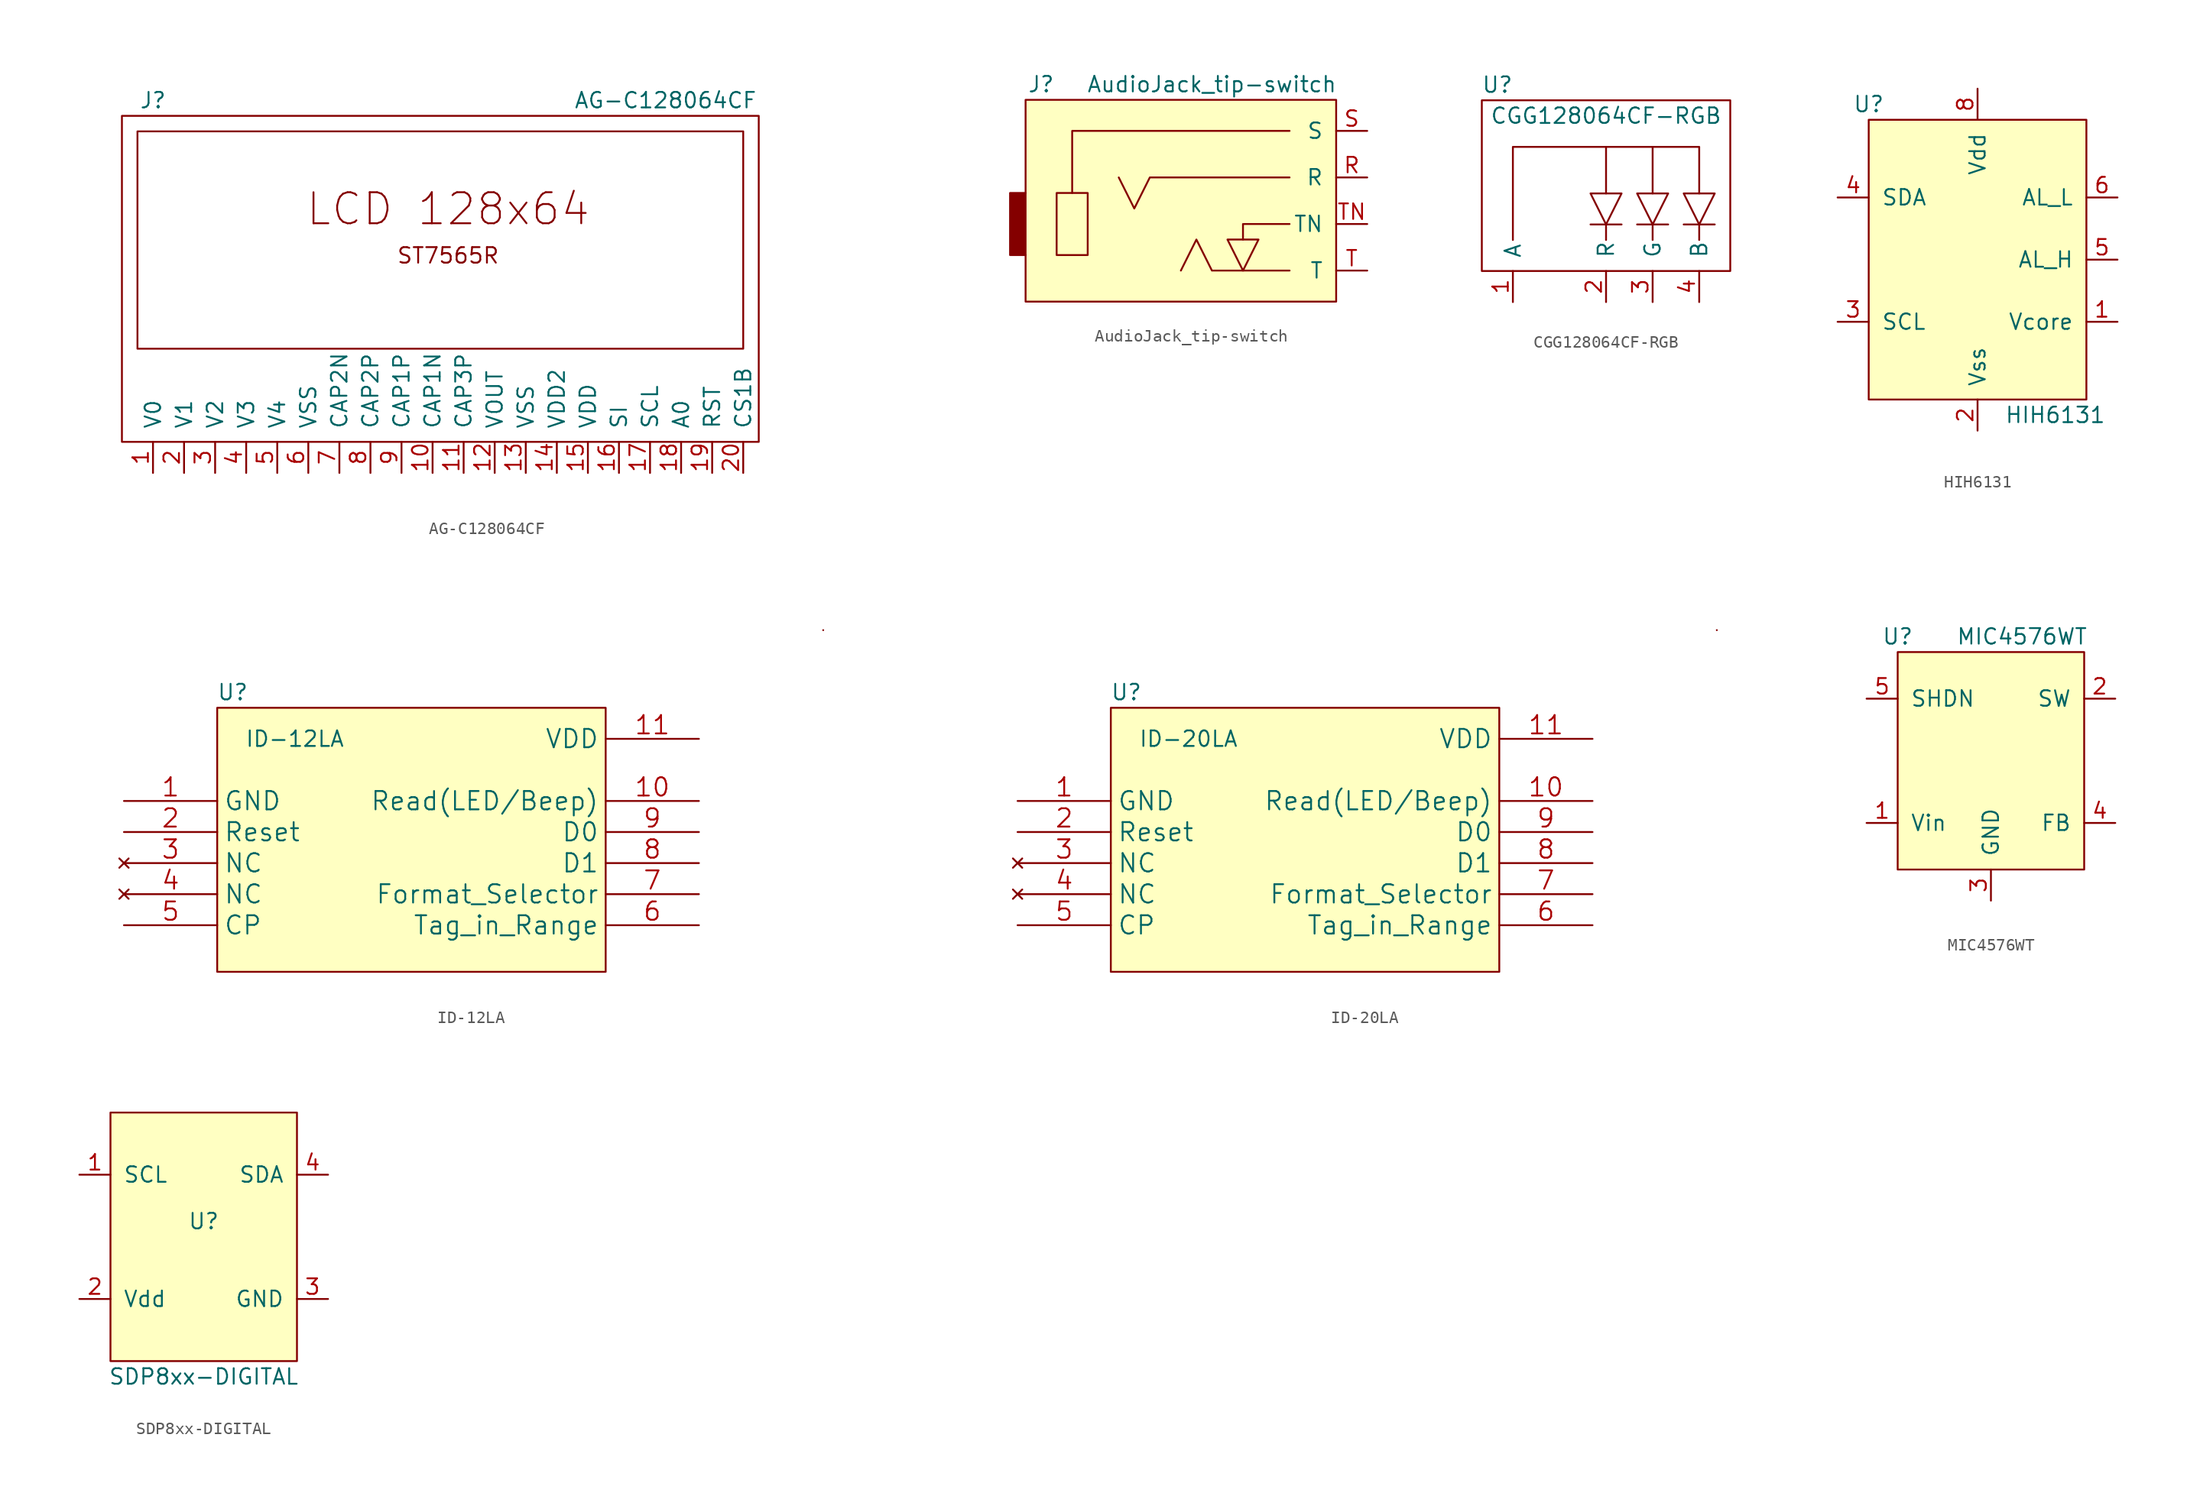
<source format=kicad_sym>
(kicad_symbol_lib
  (version 20211014)
  (generator kicad_symbol_editor)
  (symbol "AG-C128064CF"
    (pin_names
      (offset 1.016))
    (property "Reference" "J"
      (at -24.13 19.05 0)
      (effects (font (size 1.27 1.27))))
    (property "Value" "AG-C128064CF"
      (at 17.78 19.05 0)
      (effects (font (size 1.27 1.27))))
    (symbol "AG-C128064CF_0_0"
      (rectangle (start -25.4 16.51) (end 24.13 -1.27) (stroke (width 0) (type default) (color 0 0 0 0)) (fill (type none)))
      (rectangle (start 25.4 -8.89) (end -26.67 17.78) (stroke (width 0) (type default) (color 0 0 0 0)) (fill (type none)))
      (text "LCD 128x64" (at 0 10.16 0) (effects (font (size 2.54 2.54))))
      (text "ST7565R" (at 0 6.35 0) (effects (font (size 1.27 1.27)))))
    (symbol "AG-C128064CF_1_1"
      (pin passive line (at -24.13 -11.43 90) (length 2.54) (name "V0" (effects (font (size 1.27 1.27)))) (number "1" (effects (font (size 1.27 1.27)))))
      (pin passive line (at -1.27 -11.43 90) (length 2.54) (name "CAP1N" (effects (font (size 1.27 1.27)))) (number "10" (effects (font (size 1.27 1.27)))))
      (pin passive line (at 1.27 -11.43 90) (length 2.54) (name "CAP3P" (effects (font (size 1.27 1.27)))) (number "11" (effects (font (size 1.27 1.27)))))
      (pin passive line (at 3.81 -11.43 90) (length 2.54) (name "VOUT" (effects (font (size 1.27 1.27)))) (number "12" (effects (font (size 1.27 1.27)))))
      (pin power_in line (at 6.35 -11.43 90) (length 2.54) (name "VSS" (effects (font (size 1.27 1.27)))) (number "13" (effects (font (size 1.27 1.27)))))
      (pin power_in line (at 8.89 -11.43 90) (length 2.54) (name "VDD2" (effects (font (size 1.27 1.27)))) (number "14" (effects (font (size 1.27 1.27)))))
      (pin power_in line (at 11.43 -11.43 90) (length 2.54) (name "VDD" (effects (font (size 1.27 1.27)))) (number "15" (effects (font (size 1.27 1.27)))))
      (pin input line (at 13.97 -11.43 90) (length 2.54) (name "SI" (effects (font (size 1.27 1.27)))) (number "16" (effects (font (size 1.27 1.27)))))
      (pin input line (at 16.51 -11.43 90) (length 2.54) (name "SCL" (effects (font (size 1.27 1.27)))) (number "17" (effects (font (size 1.27 1.27)))))
      (pin input line (at 19.05 -11.43 90) (length 2.54) (name "A0" (effects (font (size 1.27 1.27)))) (number "18" (effects (font (size 1.27 1.27)))))
      (pin input line (at 21.59 -11.43 90) (length 2.54) (name "RST" (effects (font (size 1.27 1.27)))) (number "19" (effects (font (size 1.27 1.27)))))
      (pin passive line (at -21.59 -11.43 90) (length 2.54) (name "V1" (effects (font (size 1.27 1.27)))) (number "2" (effects (font (size 1.27 1.27)))))
      (pin input line (at 24.13 -11.43 90) (length 2.54) (name "CS1B" (effects (font (size 1.27 1.27)))) (number "20" (effects (font (size 1.27 1.27)))))
      (pin no_connect line (at 33.02 2.54 180) (length 2.54) hide (name "NC" (effects (font (size 1.27 1.27)))) (number "21" (effects (font (size 1.27 1.27)))))
      (pin no_connect line (at 33.02 5.08 180) (length 2.54) hide (name "NC" (effects (font (size 1.27 1.27)))) (number "22" (effects (font (size 1.27 1.27)))))
      (pin no_connect line (at 33.02 7.62 180) (length 2.54) hide (name "NC" (effects (font (size 1.27 1.27)))) (number "23" (effects (font (size 1.27 1.27)))))
      (pin no_connect line (at 33.02 10.16 180) (length 2.54) hide (name "NC" (effects (font (size 1.27 1.27)))) (number "24" (effects (font (size 1.27 1.27)))))
      (pin no_connect line (at 33.02 12.7 180) (length 2.54) hide (name "NC" (effects (font (size 1.27 1.27)))) (number "25" (effects (font (size 1.27 1.27)))))
      (pin no_connect line (at 33.02 15.24 180) (length 2.54) hide (name "NC" (effects (font (size 1.27 1.27)))) (number "26" (effects (font (size 1.27 1.27)))))
      (pin passive line (at -19.05 -11.43 90) (length 2.54) (name "V2" (effects (font (size 1.27 1.27)))) (number "3" (effects (font (size 1.27 1.27)))))
      (pin passive line (at -16.51 -11.43 90) (length 2.54) (name "V3" (effects (font (size 1.27 1.27)))) (number "4" (effects (font (size 1.27 1.27)))))
      (pin passive line (at -13.97 -11.43 90) (length 2.54) (name "V4" (effects (font (size 1.27 1.27)))) (number "5" (effects (font (size 1.27 1.27)))))
      (pin power_in line (at -11.43 -11.43 90) (length 2.54) (name "VSS" (effects (font (size 1.27 1.27)))) (number "6" (effects (font (size 1.27 1.27)))))
      (pin passive line (at -8.89 -11.43 90) (length 2.54) (name "CAP2N" (effects (font (size 1.27 1.27)))) (number "7" (effects (font (size 1.27 1.27)))))
      (pin passive line (at -6.35 -11.43 90) (length 2.54) (name "CAP2P" (effects (font (size 1.27 1.27)))) (number "8" (effects (font (size 1.27 1.27)))))
      (pin passive line (at -3.81 -11.43 90) (length 2.54) (name "CAP1P" (effects (font (size 1.27 1.27)))) (number "9" (effects (font (size 1.27 1.27)))))))
  (symbol "AudioJack_tip-switch"
    (pin_names
      (offset 1.016))
    (property "Reference" "J"
      (at 1.27 22.86 0)
      (effects (font (size 1.27 1.27))))
    (property "Value" "AudioJack_tip-switch"
      (at 15.24 22.86 0)
      (effects (font (size 1.27 1.27))))
    (symbol "AudioJack_tip-switch_0_1"
      (polyline (pts (xy 21.59 11.43) (xy 17.78 11.43) (xy 17.78 10.16)) (stroke (width 0) (type default) (color 0 0 0 0)) (fill (type none)))
      (polyline (pts (xy 21.59 19.05) (xy 3.81 19.05) (xy 3.81 13.97)) (stroke (width 0) (type default) (color 0 0 0 0)) (fill (type none)))
      (polyline (pts (xy 0 13.97) (xy -1.27 13.97) (xy -1.27 8.89) (xy 0 8.89)) (stroke (width 0) (type default) (color 0 0 0 0)) (fill (type outline)))
      (polyline (pts (xy 16.51 10.16) (xy 19.05 10.16) (xy 17.78 7.62) (xy 16.51 10.16)) (stroke (width 0) (type default) (color 0 0 0 0)) (fill (type none)))
      (polyline (pts (xy 21.59 7.62) (xy 15.24 7.62) (xy 13.97 10.16) (xy 12.7 7.62)) (stroke (width 0) (type default) (color 0 0 0 0)) (fill (type none)))
      (polyline (pts (xy 21.59 15.24) (xy 10.16 15.24) (xy 8.89 12.7) (xy 7.62 15.24)) (stroke (width 0) (type default) (color 0 0 0 0)) (fill (type none)))
      (polyline (pts (xy 2.54 8.89) (xy 3.81 8.89) (xy 5.08 8.89) (xy 5.08 13.97) (xy 2.54 13.97) (xy 2.54 8.89)) (stroke (width 0) (type default) (color 0 0 0 0)) (fill (type none)))
      (rectangle (start 0 21.59) (end 25.4 5.08) (stroke (width 0) (type default) (color 0 0 0 0)) (fill (type background))))
    (symbol "AudioJack_tip-switch_1_1"
      (pin input line (at 27.94 15.24 180) (length 2.54) (name "R" (effects (font (size 1.27 1.27)))) (number "R" (effects (font (size 1.27 1.27)))))
      (pin input line (at 27.94 19.05 180) (length 2.54) (name "S" (effects (font (size 1.27 1.27)))) (number "S" (effects (font (size 1.27 1.27)))))
      (pin input line (at 27.94 7.62 180) (length 2.54) (name "T" (effects (font (size 1.27 1.27)))) (number "T" (effects (font (size 1.27 1.27)))))
      (pin input line (at 27.94 11.43 180) (length 2.54) (name "TN" (effects (font (size 1.27 1.27)))) (number "TN" (effects (font (size 1.27 1.27)))))))
  (symbol "CGG128064CF-RGB"
    (pin_names
      (offset 1.016))
    (property "Reference" "U"
      (at -10.16 10.16 0)
      (effects (font (size 1.27 1.27))))
    (property "Value" "CGG128064CF-RGB"
      (at -1.27 7.62 0)
      (effects (font (size 1.27 1.27))))
    (symbol "CGG128064CF-RGB_0_1"
      (polyline (pts (xy -2.54 -1.27) (xy 0 -1.27)) (stroke (width 0) (type default) (color 0 0 0 0)) (fill (type none)))
      (polyline (pts (xy -1.27 -1.27) (xy -1.27 -2.54)) (stroke (width 0) (type default) (color 0 0 0 0)) (fill (type none)))
      (polyline (pts (xy -1.27 1.27) (xy -1.27 5.08)) (stroke (width 0) (type default) (color 0 0 0 0)) (fill (type none)))
      (polyline (pts (xy 1.27 -1.27) (xy 3.81 -1.27)) (stroke (width 0) (type default) (color 0 0 0 0)) (fill (type none)))
      (polyline (pts (xy 2.54 -1.27) (xy 2.54 -2.54)) (stroke (width 0) (type default) (color 0 0 0 0)) (fill (type none)))
      (polyline (pts (xy 2.54 1.27) (xy 2.54 5.08)) (stroke (width 0) (type default) (color 0 0 0 0)) (fill (type none)))
      (polyline (pts (xy 5.08 -1.27) (xy 7.62 -1.27)) (stroke (width 0) (type default) (color 0 0 0 0)) (fill (type none)))
      (polyline (pts (xy 6.35 -1.27) (xy 6.35 -2.54)) (stroke (width 0) (type default) (color 0 0 0 0)) (fill (type none)))
      (polyline (pts (xy -8.89 -2.54) (xy -8.89 5.08) (xy 6.35 5.08) (xy 6.35 1.27)) (stroke (width 0) (type default) (color 0 0 0 0)) (fill (type none)))
      (polyline (pts (xy -2.54 1.27) (xy 0 1.27) (xy -1.27 -1.27) (xy -2.54 1.27)) (stroke (width 0) (type default) (color 0 0 0 0)) (fill (type none)))
      (polyline (pts (xy 1.27 1.27) (xy 3.81 1.27) (xy 2.54 -1.27) (xy 1.27 1.27)) (stroke (width 0) (type default) (color 0 0 0 0)) (fill (type none)))
      (polyline (pts (xy 6.35 -1.27) (xy 5.08 1.27) (xy 7.62 1.27) (xy 6.35 -1.27)) (stroke (width 0) (type default) (color 0 0 0 0)) (fill (type none))))
    (symbol "CGG128064CF-RGB_1_1"
      (rectangle (start 8.89 -5.08) (end -11.43 8.89) (stroke (width 0) (type default) (color 0 0 0 0)) (fill (type none)))
      (pin passive line (at -8.89 -7.62 90) (length 2.54) (name "A" (effects (font (size 1.27 1.27)))) (number "1" (effects (font (size 1.27 1.27)))))
      (pin passive line (at -1.27 -7.62 90) (length 2.54) (name "R" (effects (font (size 1.27 1.27)))) (number "2" (effects (font (size 1.27 1.27)))))
      (pin passive line (at 2.54 -7.62 90) (length 2.54) (name "G" (effects (font (size 1.27 1.27)))) (number "3" (effects (font (size 1.27 1.27)))))
      (pin passive line (at 6.35 -7.62 90) (length 2.54) (name "B" (effects (font (size 1.27 1.27)))) (number "4" (effects (font (size 1.27 1.27)))))))
  (symbol "HIH6131"
    (pin_names
      (offset 1.016))
    (property "Reference" "U"
      (at -8.89 12.7 0)
      (effects (font (size 1.27 1.27))))
    (property "Value" "HIH6131"
      (at 6.35 -12.7 0)
      (effects (font (size 1.27 1.27))))
    (symbol "HIH6131_0_1"
      (rectangle (start -8.89 11.43) (end 8.89 -11.43) (stroke (width 0) (type default) (color 0 0 0 0)) (fill (type background))))
    (symbol "HIH6131_1_1"
      (pin power_in line (at 11.43 -5.08 180) (length 2.54) (name "Vcore" (effects (font (size 1.27 1.27)))) (number "1" (effects (font (size 1.27 1.27)))))
      (pin power_in line (at 0 -13.97 90) (length 2.54) (name "Vss" (effects (font (size 1.27 1.27)))) (number "2" (effects (font (size 1.27 1.27)))))
      (pin bidirectional line (at -11.43 -5.08 0) (length 2.54) (name "SCL" (effects (font (size 1.27 1.27)))) (number "3" (effects (font (size 1.27 1.27)))))
      (pin bidirectional line (at -11.43 5.08 0) (length 2.54) (name "SDA" (effects (font (size 1.27 1.27)))) (number "4" (effects (font (size 1.27 1.27)))))
      (pin output line (at 11.43 0 180) (length 2.54) (name "AL_H" (effects (font (size 1.27 1.27)))) (number "5" (effects (font (size 1.27 1.27)))))
      (pin output line (at 11.43 5.08 180) (length 2.54) (name "AL_L" (effects (font (size 1.27 1.27)))) (number "6" (effects (font (size 1.27 1.27)))))
      (pin power_in line (at 0 13.97 270) (length 2.54) (name "Vdd" (effects (font (size 1.27 1.27)))) (number "8" (effects (font (size 1.27 1.27)))))))
  (symbol "ID-12LA"
    (property "Reference" "U"
      (at 20.32 27.94 0)
      (effects (font (size 1.27 1.27))))
    (property "Value" "ID-12LA"
      (at 25.4 24.13 0)
      (effects (font (size 1.27 1.27))))
    (symbol "ID-12LA_0_1"
      (rectangle (start 19.05 26.67) (end 50.8 5.08) (stroke (width 0) (type default) (color 0 0 0 0)) (fill (type background)))
      (rectangle (start 68.58 33.02) (end 68.58 33.02) (stroke (width 0) (type default) (color 0 0 0 0)) (fill (type none))))
    (symbol "ID-12LA_1_1"
      (pin power_in line (at 11.43 19.05 0) (length 7.62) (name "GND" (effects (font (size 1.499 1.499)))) (number "1" (effects (font (size 1.499 1.499)))))
      (pin output line (at 58.42 19.05 180) (length 7.62) (name "Read(LED/Beep)" (effects (font (size 1.499 1.499)))) (number "10" (effects (font (size 1.499 1.499)))))
      (pin power_in line (at 58.42 24.13 180) (length 7.62) (name "VDD" (effects (font (size 1.499 1.499)))) (number "11" (effects (font (size 1.499 1.499)))))
      (pin input line (at 11.43 16.51 0) (length 7.62) (name "Reset" (effects (font (size 1.499 1.499)))) (number "2" (effects (font (size 1.499 1.499)))))
      (pin no_connect line (at 11.43 13.97 0) (length 7.62) (name "NC" (effects (font (size 1.499 1.499)))) (number "3" (effects (font (size 1.499 1.499)))))
      (pin no_connect line (at 11.43 11.43 0) (length 7.62) (name "NC" (effects (font (size 1.499 1.499)))) (number "4" (effects (font (size 1.499 1.499)))))
      (pin output line (at 11.43 8.89 0) (length 7.62) (name "CP" (effects (font (size 1.499 1.499)))) (number "5" (effects (font (size 1.499 1.499)))))
      (pin output line (at 58.42 8.89 180) (length 7.62) (name "Tag_in_Range" (effects (font (size 1.499 1.499)))) (number "6" (effects (font (size 1.499 1.499)))))
      (pin input line (at 58.42 11.43 180) (length 7.62) (name "Format_Selector" (effects (font (size 1.499 1.499)))) (number "7" (effects (font (size 1.499 1.499)))))
      (pin output line (at 58.42 13.97 180) (length 7.62) (name "D1" (effects (font (size 1.499 1.499)))) (number "8" (effects (font (size 1.499 1.499)))))
      (pin output line (at 58.42 16.51 180) (length 7.62) (name "D0" (effects (font (size 1.499 1.499)))) (number "9" (effects (font (size 1.499 1.499)))))))
  (symbol "ID-20LA"
    (property "Reference" "U"
      (at 20.32 27.94 0)
      (effects (font (size 1.27 1.27))))
    (property "Value" "ID-20LA"
      (at 25.4 24.13 0)
      (effects (font (size 1.27 1.27))))
    (symbol "ID-20LA_0_1"
      (rectangle (start 19.05 26.67) (end 50.8 5.08) (stroke (width 0) (type default) (color 0 0 0 0)) (fill (type background)))
      (rectangle (start 68.58 33.02) (end 68.58 33.02) (stroke (width 0) (type default) (color 0 0 0 0)) (fill (type none))))
    (symbol "ID-20LA_1_1"
      (pin power_in line (at 11.43 19.05 0) (length 7.62) (name "GND" (effects (font (size 1.499 1.499)))) (number "1" (effects (font (size 1.499 1.499)))))
      (pin output line (at 58.42 19.05 180) (length 7.62) (name "Read(LED/Beep)" (effects (font (size 1.499 1.499)))) (number "10" (effects (font (size 1.499 1.499)))))
      (pin power_in line (at 58.42 24.13 180) (length 7.62) (name "VDD" (effects (font (size 1.499 1.499)))) (number "11" (effects (font (size 1.499 1.499)))))
      (pin input line (at 11.43 16.51 0) (length 7.62) (name "Reset" (effects (font (size 1.499 1.499)))) (number "2" (effects (font (size 1.499 1.499)))))
      (pin no_connect line (at 11.43 13.97 0) (length 7.62) (name "NC" (effects (font (size 1.499 1.499)))) (number "3" (effects (font (size 1.499 1.499)))))
      (pin no_connect line (at 11.43 11.43 0) (length 7.62) (name "NC" (effects (font (size 1.499 1.499)))) (number "4" (effects (font (size 1.499 1.499)))))
      (pin output line (at 11.43 8.89 0) (length 7.62) (name "CP" (effects (font (size 1.499 1.499)))) (number "5" (effects (font (size 1.499 1.499)))))
      (pin output line (at 58.42 8.89 180) (length 7.62) (name "Tag_in_Range" (effects (font (size 1.499 1.499)))) (number "6" (effects (font (size 1.499 1.499)))))
      (pin input line (at 58.42 11.43 180) (length 7.62) (name "Format_Selector" (effects (font (size 1.499 1.499)))) (number "7" (effects (font (size 1.499 1.499)))))
      (pin output line (at 58.42 13.97 180) (length 7.62) (name "D1" (effects (font (size 1.499 1.499)))) (number "8" (effects (font (size 1.499 1.499)))))
      (pin output line (at 58.42 16.51 180) (length 7.62) (name "D0" (effects (font (size 1.499 1.499)))) (number "9" (effects (font (size 1.499 1.499)))))))
  (symbol "MIC4576WT"
    (pin_names
      (offset 1.016))
    (property "Reference" "U"
      (at -7.62 10.16 0)
      (effects (font (size 1.27 1.27))))
    (property "Value" "MIC4576WT"
      (at 2.54 10.16 0)
      (effects (font (size 1.27 1.27))))
    (symbol "MIC4576WT_0_1"
      (rectangle (start -7.62 8.89) (end 7.62 -8.89) (stroke (width 0) (type default) (color 0 0 0 0)) (fill (type background))))
    (symbol "MIC4576WT_1_1"
      (pin power_in line (at -10.16 -5.08 0) (length 2.54) (name "Vin" (effects (font (size 1.27 1.27)))) (number "1" (effects (font (size 1.27 1.27)))))
      (pin output line (at 10.16 5.08 180) (length 2.54) (name "SW" (effects (font (size 1.27 1.27)))) (number "2" (effects (font (size 1.27 1.27)))))
      (pin power_in line (at 0 -11.43 90) (length 2.54) (name "GND" (effects (font (size 1.27 1.27)))) (number "3" (effects (font (size 1.27 1.27)))))
      (pin input line (at 10.16 -5.08 180) (length 2.54) (name "FB" (effects (font (size 1.27 1.27)))) (number "4" (effects (font (size 1.27 1.27)))))
      (pin input line (at -10.16 5.08 0) (length 2.54) (name "SHDN" (effects (font (size 1.27 1.27)))) (number "5" (effects (font (size 1.27 1.27)))))))
  (symbol "SDP8xx-DIGITAL"
    (pin_names
      (offset 1.016))
    (property "Reference" "U"
      (at 0 1.27 0)
      (effects (font (size 1.27 1.27))))
    (property "Value" "SDP8xx-DIGITAL"
      (at 0 -11.43 0)
      (effects (font (size 1.27 1.27))))
    (symbol "SDP8xx-DIGITAL_0_1"
      (rectangle (start -7.62 10.16) (end 7.62 -10.16) (stroke (width 0) (type default) (color 0 0 0 0)) (fill (type background))))
    (symbol "SDP8xx-DIGITAL_1_1"
      (pin input line (at -10.16 5.08 0) (length 2.54) (name "SCL" (effects (font (size 1.27 1.27)))) (number "1" (effects (font (size 1.27 1.27)))))
      (pin power_in line (at -10.16 -5.08 0) (length 2.54) (name "Vdd" (effects (font (size 1.27 1.27)))) (number "2" (effects (font (size 1.27 1.27)))))
      (pin power_in line (at 10.16 -5.08 180) (length 2.54) (name "GND" (effects (font (size 1.27 1.27)))) (number "3" (effects (font (size 1.27 1.27)))))
      (pin bidirectional line (at 10.16 5.08 180) (length 2.54) (name "SDA" (effects (font (size 1.27 1.27)))) (number "4" (effects (font (size 1.27 1.27))))))))
</source>
